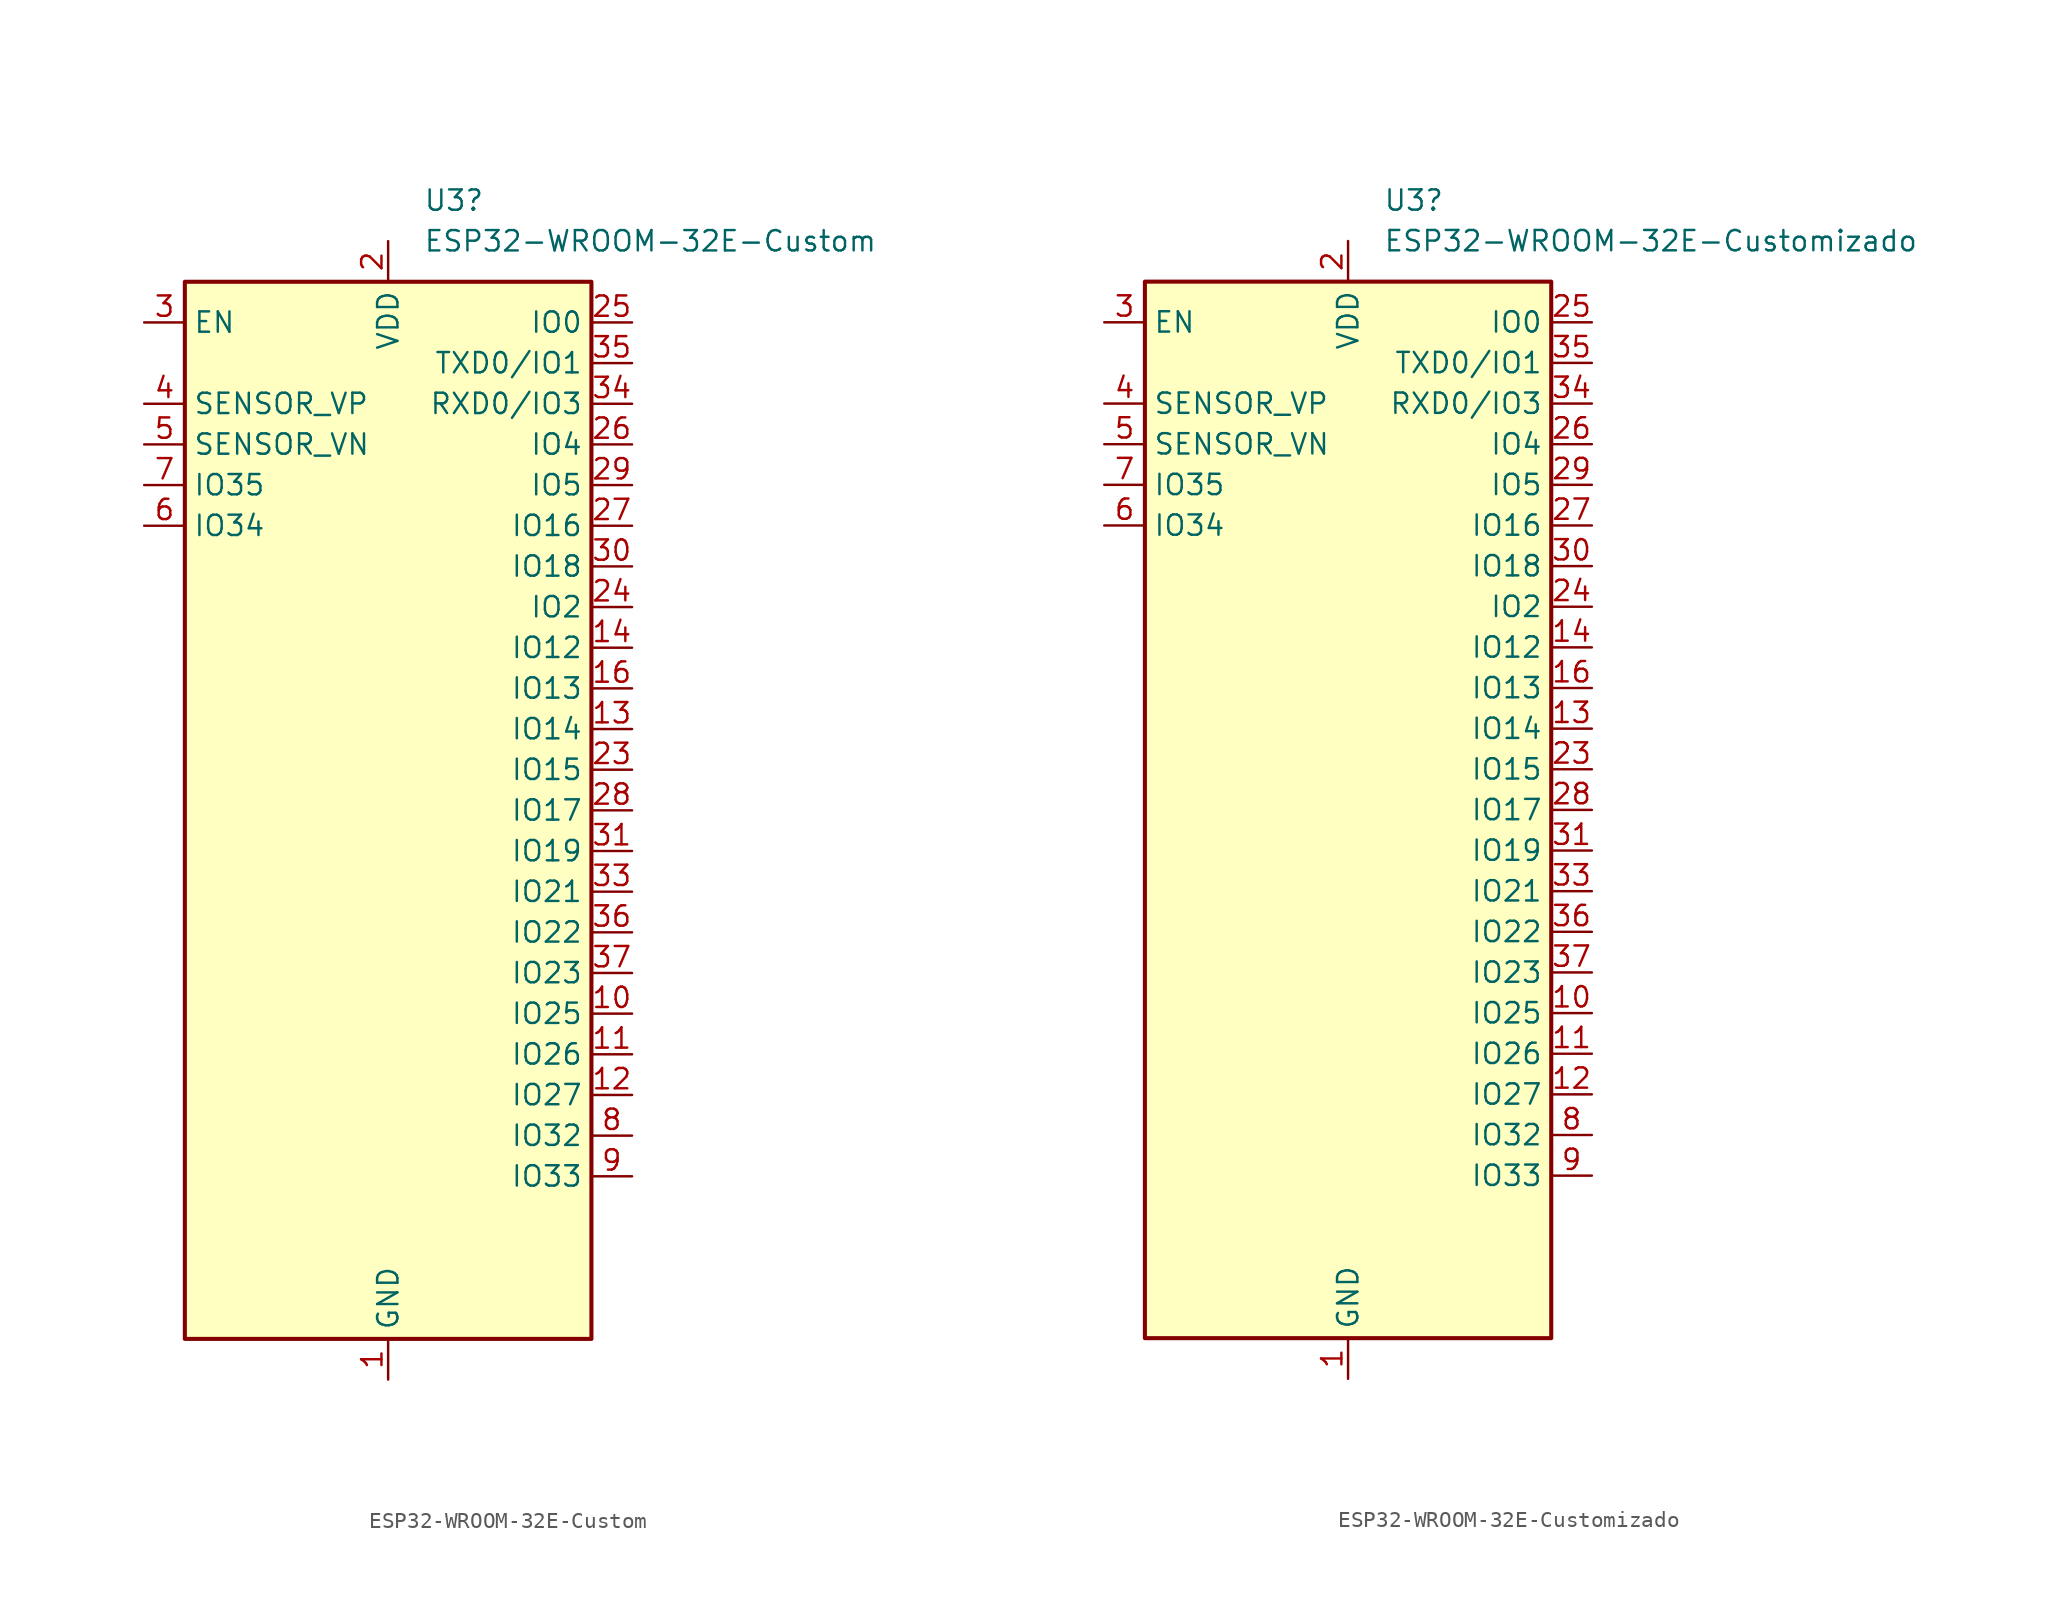
<source format=kicad_sym>
(kicad_symbol_lib
  (version 20231120)
  (generator "kicad_symbol_editor")
  (generator_version "8.0")
  (symbol "ESP32-WROOM-32E-Custom"
    (property "Reference" "U3"
      (at 2.194 38.1 0)
      (effects (font (size 1.27 1.27)) (justify left)))
    (property "Value" "ESP32-WROOM-32E-Custom"
      (at 2.194 35.56 0)
      (effects (font (size 1.27 1.27)) (justify left)))
    (symbol "ESP32-WROOM-32E-Custom_0_1"
      (rectangle (start -12.7 33.02) (end 12.7 -33.02) (stroke (width 0.254) (type default)) (fill (type background))))
    (symbol "ESP32-WROOM-32E-Custom_1_1"
      (pin power_in line (at 0 -35.56 90) (length 2.54) (name "GND" (effects (font (size 1.27 1.27)))) (number "1" (effects (font (size 1.27 1.27)))))
      (pin bidirectional line (at 15.24 -12.7 180) (length 2.54) (name "IO25" (effects (font (size 1.27 1.27)))) (number "10" (effects (font (size 1.27 1.27)))))
      (pin bidirectional line (at 15.24 -15.24 180) (length 2.54) (name "IO26" (effects (font (size 1.27 1.27)))) (number "11" (effects (font (size 1.27 1.27)))))
      (pin bidirectional line (at 15.24 -17.78 180) (length 2.54) (name "IO27" (effects (font (size 1.27 1.27)))) (number "12" (effects (font (size 1.27 1.27)))))
      (pin bidirectional line (at 15.24 5.08 180) (length 2.54) (name "IO14" (effects (font (size 1.27 1.27)))) (number "13" (effects (font (size 1.27 1.27)))))
      (pin bidirectional line (at 15.24 10.16 180) (length 2.54) (name "IO12" (effects (font (size 1.27 1.27)))) (number "14" (effects (font (size 1.27 1.27)))))
      (pin passive line (at 0 -35.56 90) (length 2.54) hide (name "GND" (effects (font (size 1.27 1.27)))) (number "15" (effects (font (size 1.27 1.27)))))
      (pin bidirectional line (at 15.24 7.62 180) (length 2.54) (name "IO13" (effects (font (size 1.27 1.27)))) (number "16" (effects (font (size 1.27 1.27)))))
      (pin no_connect line (at -12.7 -5.08 0) (length 2.54) hide (name "NC" (effects (font (size 1.27 1.27)))) (number "17" (effects (font (size 1.27 1.27)))))
      (pin no_connect line (at -12.7 -7.62 0) (length 2.54) hide (name "NC" (effects (font (size 1.27 1.27)))) (number "18" (effects (font (size 1.27 1.27)))))
      (pin no_connect line (at -12.7 -12.7 0) (length 2.54) hide (name "NC" (effects (font (size 1.27 1.27)))) (number "19" (effects (font (size 1.27 1.27)))))
      (pin power_in line (at 0 35.56 270) (length 2.54) (name "VDD" (effects (font (size 1.27 1.27)))) (number "2" (effects (font (size 1.27 1.27)))))
      (pin no_connect line (at -12.7 -10.16 0) (length 2.54) hide (name "NC" (effects (font (size 1.27 1.27)))) (number "20" (effects (font (size 1.27 1.27)))))
      (pin no_connect line (at -12.7 0 0) (length 2.54) hide (name "NC" (effects (font (size 1.27 1.27)))) (number "21" (effects (font (size 1.27 1.27)))))
      (pin no_connect line (at -12.7 -2.54 0) (length 2.54) hide (name "NC" (effects (font (size 1.27 1.27)))) (number "22" (effects (font (size 1.27 1.27)))))
      (pin bidirectional line (at 15.24 2.54 180) (length 2.54) (name "IO15" (effects (font (size 1.27 1.27)))) (number "23" (effects (font (size 1.27 1.27)))))
      (pin bidirectional line (at 15.24 12.7 180) (length 2.54) (name "IO2" (effects (font (size 1.27 1.27)))) (number "24" (effects (font (size 1.27 1.27)))))
      (pin bidirectional line (at 15.24 30.48 180) (length 2.54) (name "IO0" (effects (font (size 1.27 1.27)))) (number "25" (effects (font (size 1.27 1.27)))))
      (pin bidirectional line (at 15.24 22.86 180) (length 2.54) (name "IO4" (effects (font (size 1.27 1.27)))) (number "26" (effects (font (size 1.27 1.27)))))
      (pin bidirectional line (at 15.24 17.78 180) (length 2.54) (name "IO16" (effects (font (size 1.27 1.27)))) (number "27" (effects (font (size 1.27 1.27)))))
      (pin bidirectional line (at 15.24 0 180) (length 2.54) (name "IO17" (effects (font (size 1.27 1.27)))) (number "28" (effects (font (size 1.27 1.27)))))
      (pin bidirectional line (at 15.24 20.32 180) (length 2.54) (name "IO5" (effects (font (size 1.27 1.27)))) (number "29" (effects (font (size 1.27 1.27)))))
      (pin input line (at -15.24 30.48 0) (length 2.54) (name "EN" (effects (font (size 1.27 1.27)))) (number "3" (effects (font (size 1.27 1.27)))))
      (pin bidirectional line (at 15.24 15.24 180) (length 2.54) (name "IO18" (effects (font (size 1.27 1.27)))) (number "30" (effects (font (size 1.27 1.27)))))
      (pin bidirectional line (at 15.24 -2.54 180) (length 2.54) (name "IO19" (effects (font (size 1.27 1.27)))) (number "31" (effects (font (size 1.27 1.27)))))
      (pin no_connect line (at -12.7 -27.94 0) (length 2.54) hide (name "NC" (effects (font (size 1.27 1.27)))) (number "32" (effects (font (size 1.27 1.27)))))
      (pin bidirectional line (at 15.24 -5.08 180) (length 2.54) (name "IO21" (effects (font (size 1.27 1.27)))) (number "33" (effects (font (size 1.27 1.27)))))
      (pin bidirectional line (at 15.24 25.4 180) (length 2.54) (name "RXD0/IO3" (effects (font (size 1.27 1.27)))) (number "34" (effects (font (size 1.27 1.27)))))
      (pin bidirectional line (at 15.24 27.94 180) (length 2.54) (name "TXD0/IO1" (effects (font (size 1.27 1.27)))) (number "35" (effects (font (size 1.27 1.27)))))
      (pin bidirectional line (at 15.24 -7.62 180) (length 2.54) (name "IO22" (effects (font (size 1.27 1.27)))) (number "36" (effects (font (size 1.27 1.27)))))
      (pin bidirectional line (at 15.24 -10.16 180) (length 2.54) (name "IO23" (effects (font (size 1.27 1.27)))) (number "37" (effects (font (size 1.27 1.27)))))
      (pin passive line (at 0 -35.56 90) (length 2.54) hide (name "GND" (effects (font (size 1.27 1.27)))) (number "38" (effects (font (size 1.27 1.27)))))
      (pin passive line (at 0 -35.56 90) (length 2.54) hide (name "GND" (effects (font (size 1.27 1.27)))) (number "39" (effects (font (size 1.27 1.27)))))
      (pin input line (at -15.24 25.4 0) (length 2.54) (name "SENSOR_VP" (effects (font (size 1.27 1.27)))) (number "4" (effects (font (size 1.27 1.27)))))
      (pin input line (at -15.24 22.86 0) (length 2.54) (name "SENSOR_VN" (effects (font (size 1.27 1.27)))) (number "5" (effects (font (size 1.27 1.27)))))
      (pin input line (at -15.24 17.78 0) (length 2.54) (name "IO34" (effects (font (size 1.27 1.27)))) (number "6" (effects (font (size 1.27 1.27)))))
      (pin input line (at -15.24 20.32 0) (length 2.54) (name "IO35" (effects (font (size 1.27 1.27)))) (number "7" (effects (font (size 1.27 1.27)))))
      (pin bidirectional line (at 15.24 -20.32 180) (length 2.54) (name "IO32" (effects (font (size 1.27 1.27)))) (number "8" (effects (font (size 1.27 1.27)))))
      (pin bidirectional line (at 15.24 -22.86 180) (length 2.54) (name "IO33" (effects (font (size 1.27 1.27)))) (number "9" (effects (font (size 1.27 1.27)))))))
  (symbol "ESP32-WROOM-32E-Customizado"
    (property "Reference" "U3"
      (at 2.194 38.1 0)
      (effects (font (size 1.27 1.27)) (justify left)))
    (property "Value" "ESP32-WROOM-32E-Customizado"
      (at 2.194 35.56 0)
      (effects (font (size 1.27 1.27)) (justify left)))
    (symbol "ESP32-WROOM-32E-Customizado_0_1"
      (rectangle (start -12.7 33.02) (end 12.7 -33.02) (stroke (width 0.254) (type default)) (fill (type background))))
    (symbol "ESP32-WROOM-32E-Customizado_1_1"
      (pin power_in line (at 0 -35.56 90) (length 2.54) (name "GND" (effects (font (size 1.27 1.27)))) (number "1" (effects (font (size 1.27 1.27)))))
      (pin bidirectional line (at 15.24 -12.7 180) (length 2.54) (name "IO25" (effects (font (size 1.27 1.27)))) (number "10" (effects (font (size 1.27 1.27)))))
      (pin bidirectional line (at 15.24 -15.24 180) (length 2.54) (name "IO26" (effects (font (size 1.27 1.27)))) (number "11" (effects (font (size 1.27 1.27)))))
      (pin bidirectional line (at 15.24 -17.78 180) (length 2.54) (name "IO27" (effects (font (size 1.27 1.27)))) (number "12" (effects (font (size 1.27 1.27)))))
      (pin bidirectional line (at 15.24 5.08 180) (length 2.54) (name "IO14" (effects (font (size 1.27 1.27)))) (number "13" (effects (font (size 1.27 1.27)))))
      (pin bidirectional line (at 15.24 10.16 180) (length 2.54) (name "IO12" (effects (font (size 1.27 1.27)))) (number "14" (effects (font (size 1.27 1.27)))))
      (pin passive line (at 0 -35.56 90) (length 2.54) hide (name "GND" (effects (font (size 1.27 1.27)))) (number "15" (effects (font (size 1.27 1.27)))))
      (pin bidirectional line (at 15.24 7.62 180) (length 2.54) (name "IO13" (effects (font (size 1.27 1.27)))) (number "16" (effects (font (size 1.27 1.27)))))
      (pin no_connect line (at -12.7 -5.08 0) (length 2.54) hide (name "NC" (effects (font (size 1.27 1.27)))) (number "17" (effects (font (size 1.27 1.27)))))
      (pin no_connect line (at -12.7 -7.62 0) (length 2.54) hide (name "NC" (effects (font (size 1.27 1.27)))) (number "18" (effects (font (size 1.27 1.27)))))
      (pin no_connect line (at -12.7 -12.7 0) (length 2.54) hide (name "NC" (effects (font (size 1.27 1.27)))) (number "19" (effects (font (size 1.27 1.27)))))
      (pin power_in line (at 0 35.56 270) (length 2.54) (name "VDD" (effects (font (size 1.27 1.27)))) (number "2" (effects (font (size 1.27 1.27)))))
      (pin no_connect line (at -12.7 -10.16 0) (length 2.54) hide (name "NC" (effects (font (size 1.27 1.27)))) (number "20" (effects (font (size 1.27 1.27)))))
      (pin no_connect line (at -12.7 0 0) (length 2.54) hide (name "NC" (effects (font (size 1.27 1.27)))) (number "21" (effects (font (size 1.27 1.27)))))
      (pin no_connect line (at -12.7 -2.54 0) (length 2.54) hide (name "NC" (effects (font (size 1.27 1.27)))) (number "22" (effects (font (size 1.27 1.27)))))
      (pin bidirectional line (at 15.24 2.54 180) (length 2.54) (name "IO15" (effects (font (size 1.27 1.27)))) (number "23" (effects (font (size 1.27 1.27)))))
      (pin bidirectional line (at 15.24 12.7 180) (length 2.54) (name "IO2" (effects (font (size 1.27 1.27)))) (number "24" (effects (font (size 1.27 1.27)))))
      (pin bidirectional line (at 15.24 30.48 180) (length 2.54) (name "IO0" (effects (font (size 1.27 1.27)))) (number "25" (effects (font (size 1.27 1.27)))))
      (pin bidirectional line (at 15.24 22.86 180) (length 2.54) (name "IO4" (effects (font (size 1.27 1.27)))) (number "26" (effects (font (size 1.27 1.27)))))
      (pin bidirectional line (at 15.24 17.78 180) (length 2.54) (name "IO16" (effects (font (size 1.27 1.27)))) (number "27" (effects (font (size 1.27 1.27)))))
      (pin bidirectional line (at 15.24 0 180) (length 2.54) (name "IO17" (effects (font (size 1.27 1.27)))) (number "28" (effects (font (size 1.27 1.27)))))
      (pin bidirectional line (at 15.24 20.32 180) (length 2.54) (name "IO5" (effects (font (size 1.27 1.27)))) (number "29" (effects (font (size 1.27 1.27)))))
      (pin input line (at -15.24 30.48 0) (length 2.54) (name "EN" (effects (font (size 1.27 1.27)))) (number "3" (effects (font (size 1.27 1.27)))))
      (pin bidirectional line (at 15.24 15.24 180) (length 2.54) (name "IO18" (effects (font (size 1.27 1.27)))) (number "30" (effects (font (size 1.27 1.27)))))
      (pin bidirectional line (at 15.24 -2.54 180) (length 2.54) (name "IO19" (effects (font (size 1.27 1.27)))) (number "31" (effects (font (size 1.27 1.27)))))
      (pin no_connect line (at -12.7 -27.94 0) (length 2.54) hide (name "NC" (effects (font (size 1.27 1.27)))) (number "32" (effects (font (size 1.27 1.27)))))
      (pin bidirectional line (at 15.24 -5.08 180) (length 2.54) (name "IO21" (effects (font (size 1.27 1.27)))) (number "33" (effects (font (size 1.27 1.27)))))
      (pin bidirectional line (at 15.24 25.4 180) (length 2.54) (name "RXD0/IO3" (effects (font (size 1.27 1.27)))) (number "34" (effects (font (size 1.27 1.27)))))
      (pin bidirectional line (at 15.24 27.94 180) (length 2.54) (name "TXD0/IO1" (effects (font (size 1.27 1.27)))) (number "35" (effects (font (size 1.27 1.27)))))
      (pin bidirectional line (at 15.24 -7.62 180) (length 2.54) (name "IO22" (effects (font (size 1.27 1.27)))) (number "36" (effects (font (size 1.27 1.27)))))
      (pin bidirectional line (at 15.24 -10.16 180) (length 2.54) (name "IO23" (effects (font (size 1.27 1.27)))) (number "37" (effects (font (size 1.27 1.27)))))
      (pin passive line (at 0 -35.56 90) (length 2.54) hide (name "GND" (effects (font (size 1.27 1.27)))) (number "38" (effects (font (size 1.27 1.27)))))
      (pin passive line (at 0 -35.56 90) (length 2.54) hide (name "GND" (effects (font (size 1.27 1.27)))) (number "39" (effects (font (size 1.27 1.27)))))
      (pin input line (at -15.24 25.4 0) (length 2.54) (name "SENSOR_VP" (effects (font (size 1.27 1.27)))) (number "4" (effects (font (size 1.27 1.27)))))
      (pin input line (at -15.24 22.86 0) (length 2.54) (name "SENSOR_VN" (effects (font (size 1.27 1.27)))) (number "5" (effects (font (size 1.27 1.27)))))
      (pin input line (at -15.24 17.78 0) (length 2.54) (name "IO34" (effects (font (size 1.27 1.27)))) (number "6" (effects (font (size 1.27 1.27)))))
      (pin input line (at -15.24 20.32 0) (length 2.54) (name "IO35" (effects (font (size 1.27 1.27)))) (number "7" (effects (font (size 1.27 1.27)))))
      (pin bidirectional line (at 15.24 -20.32 180) (length 2.54) (name "IO32" (effects (font (size 1.27 1.27)))) (number "8" (effects (font (size 1.27 1.27)))))
      (pin bidirectional line (at 15.24 -22.86 180) (length 2.54) (name "IO33" (effects (font (size 1.27 1.27)))) (number "9" (effects (font (size 1.27 1.27))))))))
</source>
